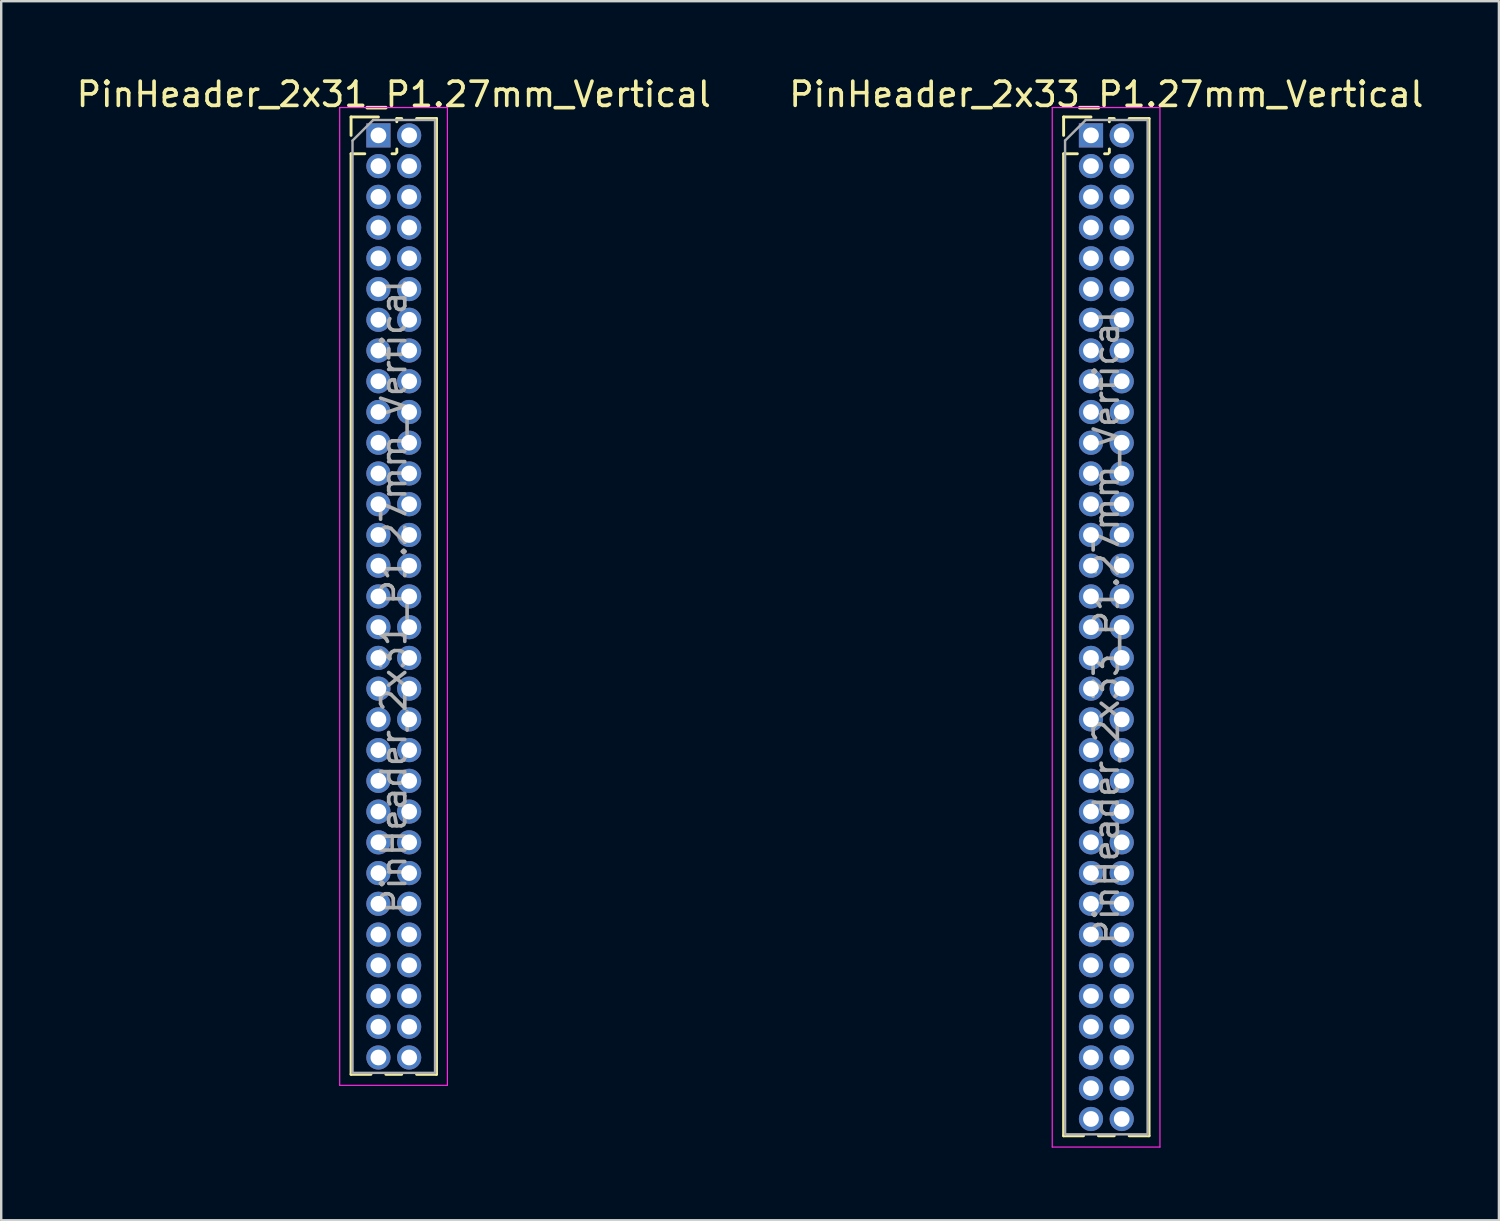
<source format=kicad_pcb>
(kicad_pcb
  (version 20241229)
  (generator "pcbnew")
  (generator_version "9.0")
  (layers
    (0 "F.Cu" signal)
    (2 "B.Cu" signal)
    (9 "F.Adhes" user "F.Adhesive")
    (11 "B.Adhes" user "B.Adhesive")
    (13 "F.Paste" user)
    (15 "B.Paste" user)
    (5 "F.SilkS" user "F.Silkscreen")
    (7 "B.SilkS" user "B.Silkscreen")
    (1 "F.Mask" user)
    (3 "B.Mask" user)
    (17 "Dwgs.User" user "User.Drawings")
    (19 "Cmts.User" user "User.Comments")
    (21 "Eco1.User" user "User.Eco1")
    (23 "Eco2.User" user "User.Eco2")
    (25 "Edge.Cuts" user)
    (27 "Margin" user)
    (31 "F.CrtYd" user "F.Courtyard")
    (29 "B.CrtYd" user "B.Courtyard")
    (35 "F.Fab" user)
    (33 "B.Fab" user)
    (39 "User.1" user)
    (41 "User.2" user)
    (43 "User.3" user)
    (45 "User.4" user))
  (footprint "PinHeader_2x33_P1.27mm_Vertical"
    (layer "F.Cu")
    (at 42.026 2.543)
    (property "Reference" "PinHeader_2x33_P1.27mm_Vertical" (at 0.635 -1.695 0) (layer "F.SilkS") (effects (font (size 1 1) (thickness 0.15))))
    (attr through_hole)
    (fp_line (start -1.13 -0.76) (end 0 -0.76) (stroke (width 0.12) (type solid)) (layer "F.SilkS"))
    (fp_line (start -1.13 0) (end -1.13 -0.76) (stroke (width 0.12) (type solid)) (layer "F.SilkS"))
    (fp_line (start -1.13 0.76) (end -1.13 41.335) (stroke (width 0.12) (type solid)) (layer "F.SilkS"))
    (fp_line (start -1.13 0.76) (end -0.563 0.76) (stroke (width 0.12) (type solid)) (layer "F.SilkS"))
    (fp_line (start -1.13 41.335) (end -0.308 41.335) (stroke (width 0.12) (type solid)) (layer "F.SilkS"))
    (fp_line (start 0.308 41.335) (end 0.962 41.335) (stroke (width 0.12) (type solid)) (layer "F.SilkS"))
    (fp_line (start 0.563 0.76) (end 0.707 0.76) (stroke (width 0.12) (type solid)) (layer "F.SilkS"))
    (fp_line (start 0.76 -0.695) (end 0.962 -0.695) (stroke (width 0.12) (type solid)) (layer "F.SilkS"))
    (fp_line (start 0.76 -0.563) (end 0.76 -0.695) (stroke (width 0.12) (type solid)) (layer "F.SilkS"))
    (fp_line (start 0.76 0.707) (end 0.76 0.563) (stroke (width 0.12) (type solid)) (layer "F.SilkS"))
    (fp_line (start 1.578 -0.695) (end 2.4 -0.695) (stroke (width 0.12) (type solid)) (layer "F.SilkS"))
    (fp_line (start 1.578 41.335) (end 2.4 41.335) (stroke (width 0.12) (type solid)) (layer "F.SilkS"))
    (fp_line (start 2.4 -0.695) (end 2.4 41.335) (stroke (width 0.12) (type solid)) (layer "F.SilkS"))
    (fp_line (start -1.6 -1.15) (end -1.6 41.8) (stroke (width 0.05) (type solid)) (layer "F.CrtYd"))
    (fp_line (start -1.6 41.8) (end 2.85 41.8) (stroke (width 0.05) (type solid)) (layer "F.CrtYd"))
    (fp_line (start 2.85 -1.15) (end -1.6 -1.15) (stroke (width 0.05) (type solid)) (layer "F.CrtYd"))
    (fp_line (start 2.85 41.8) (end 2.85 -1.15) (stroke (width 0.05) (type solid)) (layer "F.CrtYd"))
    (fp_line (start -1.07 0.217) (end -0.217 -0.635) (stroke (width 0.1) (type solid)) (layer "F.Fab"))
    (fp_line (start -1.07 41.275) (end -1.07 0.217) (stroke (width 0.1) (type solid)) (layer "F.Fab"))
    (fp_line (start -0.217 -0.635) (end 2.34 -0.635) (stroke (width 0.1) (type solid)) (layer "F.Fab"))
    (fp_line (start 2.34 -0.635) (end 2.34 41.275) (stroke (width 0.1) (type solid)) (layer "F.Fab"))
    (fp_line (start 2.34 41.275) (end -1.07 41.275) (stroke (width 0.1) (type solid)) (layer "F.Fab"))
    (fp_text user "${REFERENCE}" (at 0.635 20.32 90) (layer "F.Fab") (effects (font (size 1 1) (thickness 0.15))))
    (pad "1" thru_hole rect (at 0 0) (size 1 1) (drill 0.65) (layers "*.Cu" "*.Mask"))
    (pad "2" thru_hole oval (at 1.27 0) (size 1 1) (drill 0.65) (layers "*.Cu" "*.Mask"))
    (pad "3" thru_hole oval (at 0 1.27) (size 1 1) (drill 0.65) (layers "*.Cu" "*.Mask"))
    (pad "4" thru_hole oval (at 1.27 1.27) (size 1 1) (drill 0.65) (layers "*.Cu" "*.Mask"))
    (pad "5" thru_hole oval (at 0 2.54) (size 1 1) (drill 0.65) (layers "*.Cu" "*.Mask"))
    (pad "6" thru_hole oval (at 1.27 2.54) (size 1 1) (drill 0.65) (layers "*.Cu" "*.Mask"))
    (pad "7" thru_hole oval (at 0 3.81) (size 1 1) (drill 0.65) (layers "*.Cu" "*.Mask"))
    (pad "8" thru_hole oval (at 1.27 3.81) (size 1 1) (drill 0.65) (layers "*.Cu" "*.Mask"))
    (pad "9" thru_hole oval (at 0 5.08) (size 1 1) (drill 0.65) (layers "*.Cu" "*.Mask"))
    (pad "10" thru_hole oval (at 1.27 5.08) (size 1 1) (drill 0.65) (layers "*.Cu" "*.Mask"))
    (pad "11" thru_hole oval (at 0 6.35) (size 1 1) (drill 0.65) (layers "*.Cu" "*.Mask"))
    (pad "12" thru_hole oval (at 1.27 6.35) (size 1 1) (drill 0.65) (layers "*.Cu" "*.Mask"))
    (pad "13" thru_hole oval (at 0 7.62) (size 1 1) (drill 0.65) (layers "*.Cu" "*.Mask"))
    (pad "14" thru_hole oval (at 1.27 7.62) (size 1 1) (drill 0.65) (layers "*.Cu" "*.Mask"))
    (pad "15" thru_hole oval (at 0 8.89) (size 1 1) (drill 0.65) (layers "*.Cu" "*.Mask"))
    (pad "16" thru_hole oval (at 1.27 8.89) (size 1 1) (drill 0.65) (layers "*.Cu" "*.Mask"))
    (pad "17" thru_hole oval (at 0 10.16) (size 1 1) (drill 0.65) (layers "*.Cu" "*.Mask"))
    (pad "18" thru_hole oval (at 1.27 10.16) (size 1 1) (drill 0.65) (layers "*.Cu" "*.Mask"))
    (pad "19" thru_hole oval (at 0 11.43) (size 1 1) (drill 0.65) (layers "*.Cu" "*.Mask"))
    (pad "20" thru_hole oval (at 1.27 11.43) (size 1 1) (drill 0.65) (layers "*.Cu" "*.Mask"))
    (pad "21" thru_hole oval (at 0 12.7) (size 1 1) (drill 0.65) (layers "*.Cu" "*.Mask"))
    (pad "22" thru_hole oval (at 1.27 12.7) (size 1 1) (drill 0.65) (layers "*.Cu" "*.Mask"))
    (pad "23" thru_hole oval (at 0 13.97) (size 1 1) (drill 0.65) (layers "*.Cu" "*.Mask"))
    (pad "24" thru_hole oval (at 1.27 13.97) (size 1 1) (drill 0.65) (layers "*.Cu" "*.Mask"))
    (pad "25" thru_hole oval (at 0 15.24) (size 1 1) (drill 0.65) (layers "*.Cu" "*.Mask"))
    (pad "26" thru_hole oval (at 1.27 15.24) (size 1 1) (drill 0.65) (layers "*.Cu" "*.Mask"))
    (pad "27" thru_hole oval (at 0 16.51) (size 1 1) (drill 0.65) (layers "*.Cu" "*.Mask"))
    (pad "28" thru_hole oval (at 1.27 16.51) (size 1 1) (drill 0.65) (layers "*.Cu" "*.Mask"))
    (pad "29" thru_hole oval (at 0 17.78) (size 1 1) (drill 0.65) (layers "*.Cu" "*.Mask"))
    (pad "30" thru_hole oval (at 1.27 17.78) (size 1 1) (drill 0.65) (layers "*.Cu" "*.Mask"))
    (pad "31" thru_hole oval (at 0 19.05) (size 1 1) (drill 0.65) (layers "*.Cu" "*.Mask"))
    (pad "32" thru_hole oval (at 1.27 19.05) (size 1 1) (drill 0.65) (layers "*.Cu" "*.Mask"))
    (pad "33" thru_hole oval (at 0 20.32) (size 1 1) (drill 0.65) (layers "*.Cu" "*.Mask"))
    (pad "34" thru_hole oval (at 1.27 20.32) (size 1 1) (drill 0.65) (layers "*.Cu" "*.Mask"))
    (pad "35" thru_hole oval (at 0 21.59) (size 1 1) (drill 0.65) (layers "*.Cu" "*.Mask"))
    (pad "36" thru_hole oval (at 1.27 21.59) (size 1 1) (drill 0.65) (layers "*.Cu" "*.Mask"))
    (pad "37" thru_hole oval (at 0 22.86) (size 1 1) (drill 0.65) (layers "*.Cu" "*.Mask"))
    (pad "38" thru_hole oval (at 1.27 22.86) (size 1 1) (drill 0.65) (layers "*.Cu" "*.Mask"))
    (pad "39" thru_hole oval (at 0 24.13) (size 1 1) (drill 0.65) (layers "*.Cu" "*.Mask"))
    (pad "40" thru_hole oval (at 1.27 24.13) (size 1 1) (drill 0.65) (layers "*.Cu" "*.Mask"))
    (pad "41" thru_hole oval (at 0 25.4) (size 1 1) (drill 0.65) (layers "*.Cu" "*.Mask"))
    (pad "42" thru_hole oval (at 1.27 25.4) (size 1 1) (drill 0.65) (layers "*.Cu" "*.Mask"))
    (pad "43" thru_hole oval (at 0 26.67) (size 1 1) (drill 0.65) (layers "*.Cu" "*.Mask"))
    (pad "44" thru_hole oval (at 1.27 26.67) (size 1 1) (drill 0.65) (layers "*.Cu" "*.Mask"))
    (pad "45" thru_hole oval (at 0 27.94) (size 1 1) (drill 0.65) (layers "*.Cu" "*.Mask"))
    (pad "46" thru_hole oval (at 1.27 27.94) (size 1 1) (drill 0.65) (layers "*.Cu" "*.Mask"))
    (pad "47" thru_hole oval (at 0 29.21) (size 1 1) (drill 0.65) (layers "*.Cu" "*.Mask"))
    (pad "48" thru_hole oval (at 1.27 29.21) (size 1 1) (drill 0.65) (layers "*.Cu" "*.Mask"))
    (pad "49" thru_hole oval (at 0 30.48) (size 1 1) (drill 0.65) (layers "*.Cu" "*.Mask"))
    (pad "50" thru_hole oval (at 1.27 30.48) (size 1 1) (drill 0.65) (layers "*.Cu" "*.Mask"))
    (pad "51" thru_hole oval (at 0 31.75) (size 1 1) (drill 0.65) (layers "*.Cu" "*.Mask"))
    (pad "52" thru_hole oval (at 1.27 31.75) (size 1 1) (drill 0.65) (layers "*.Cu" "*.Mask"))
    (pad "53" thru_hole oval (at 0 33.02) (size 1 1) (drill 0.65) (layers "*.Cu" "*.Mask"))
    (pad "54" thru_hole oval (at 1.27 33.02) (size 1 1) (drill 0.65) (layers "*.Cu" "*.Mask"))
    (pad "55" thru_hole oval (at 0 34.29) (size 1 1) (drill 0.65) (layers "*.Cu" "*.Mask"))
    (pad "56" thru_hole oval (at 1.27 34.29) (size 1 1) (drill 0.65) (layers "*.Cu" "*.Mask"))
    (pad "57" thru_hole oval (at 0 35.56) (size 1 1) (drill 0.65) (layers "*.Cu" "*.Mask"))
    (pad "58" thru_hole oval (at 1.27 35.56) (size 1 1) (drill 0.65) (layers "*.Cu" "*.Mask"))
    (pad "59" thru_hole oval (at 0 36.83) (size 1 1) (drill 0.65) (layers "*.Cu" "*.Mask"))
    (pad "60" thru_hole oval (at 1.27 36.83) (size 1 1) (drill 0.65) (layers "*.Cu" "*.Mask"))
    (pad "61" thru_hole oval (at 0 38.1) (size 1 1) (drill 0.65) (layers "*.Cu" "*.Mask"))
    (pad "62" thru_hole oval (at 1.27 38.1) (size 1 1) (drill 0.65) (layers "*.Cu" "*.Mask"))
    (pad "63" thru_hole oval (at 0 39.37) (size 1 1) (drill 0.65) (layers "*.Cu" "*.Mask"))
    (pad "64" thru_hole oval (at 1.27 39.37) (size 1 1) (drill 0.65) (layers "*.Cu" "*.Mask"))
    (pad "65" thru_hole oval (at 0 40.64) (size 1 1) (drill 0.65) (layers "*.Cu" "*.Mask"))
    (pad "66" thru_hole oval (at 1.27 40.64) (size 1 1) (drill 0.65) (layers "*.Cu" "*.Mask")))
  (footprint "PinHeader_2x31_P1.27mm_Vertical"
    (layer "F.Cu")
    (at 12.585 2.543)
    (property "Reference" "PinHeader_2x31_P1.27mm_Vertical" (at 0.635 -1.695 0) (layer "F.SilkS") (effects (font (size 1 1) (thickness 0.15))))
    (attr through_hole)
    (fp_line (start -1.13 -0.76) (end 0 -0.76) (stroke (width 0.12) (type solid)) (layer "F.SilkS"))
    (fp_line (start -1.13 0) (end -1.13 -0.76) (stroke (width 0.12) (type solid)) (layer "F.SilkS"))
    (fp_line (start -1.13 0.76) (end -1.13 38.795) (stroke (width 0.12) (type solid)) (layer "F.SilkS"))
    (fp_line (start -1.13 0.76) (end -0.563 0.76) (stroke (width 0.12) (type solid)) (layer "F.SilkS"))
    (fp_line (start -1.13 38.795) (end -0.308 38.795) (stroke (width 0.12) (type solid)) (layer "F.SilkS"))
    (fp_line (start 0.308 38.795) (end 0.962 38.795) (stroke (width 0.12) (type solid)) (layer "F.SilkS"))
    (fp_line (start 0.563 0.76) (end 0.707 0.76) (stroke (width 0.12) (type solid)) (layer "F.SilkS"))
    (fp_line (start 0.76 -0.695) (end 0.962 -0.695) (stroke (width 0.12) (type solid)) (layer "F.SilkS"))
    (fp_line (start 0.76 -0.563) (end 0.76 -0.695) (stroke (width 0.12) (type solid)) (layer "F.SilkS"))
    (fp_line (start 0.76 0.707) (end 0.76 0.563) (stroke (width 0.12) (type solid)) (layer "F.SilkS"))
    (fp_line (start 1.578 -0.695) (end 2.4 -0.695) (stroke (width 0.12) (type solid)) (layer "F.SilkS"))
    (fp_line (start 1.578 38.795) (end 2.4 38.795) (stroke (width 0.12) (type solid)) (layer "F.SilkS"))
    (fp_line (start 2.4 -0.695) (end 2.4 38.795) (stroke (width 0.12) (type solid)) (layer "F.SilkS"))
    (fp_line (start -1.6 -1.15) (end -1.6 39.25) (stroke (width 0.05) (type solid)) (layer "F.CrtYd"))
    (fp_line (start -1.6 39.25) (end 2.85 39.25) (stroke (width 0.05) (type solid)) (layer "F.CrtYd"))
    (fp_line (start 2.85 -1.15) (end -1.6 -1.15) (stroke (width 0.05) (type solid)) (layer "F.CrtYd"))
    (fp_line (start 2.85 39.25) (end 2.85 -1.15) (stroke (width 0.05) (type solid)) (layer "F.CrtYd"))
    (fp_line (start -1.07 0.217) (end -0.217 -0.635) (stroke (width 0.1) (type solid)) (layer "F.Fab"))
    (fp_line (start -1.07 38.735) (end -1.07 0.217) (stroke (width 0.1) (type solid)) (layer "F.Fab"))
    (fp_line (start -0.217 -0.635) (end 2.34 -0.635) (stroke (width 0.1) (type solid)) (layer "F.Fab"))
    (fp_line (start 2.34 -0.635) (end 2.34 38.735) (stroke (width 0.1) (type solid)) (layer "F.Fab"))
    (fp_line (start 2.34 38.735) (end -1.07 38.735) (stroke (width 0.1) (type solid)) (layer "F.Fab"))
    (fp_text user "${REFERENCE}" (at 0.635 19.05 90) (layer "F.Fab") (effects (font (size 1 1) (thickness 0.15))))
    (pad "1" thru_hole rect (at 0 0) (size 1 1) (drill 0.65) (layers "*.Cu" "*.Mask"))
    (pad "2" thru_hole oval (at 1.27 0) (size 1 1) (drill 0.65) (layers "*.Cu" "*.Mask"))
    (pad "3" thru_hole oval (at 0 1.27) (size 1 1) (drill 0.65) (layers "*.Cu" "*.Mask"))
    (pad "4" thru_hole oval (at 1.27 1.27) (size 1 1) (drill 0.65) (layers "*.Cu" "*.Mask"))
    (pad "5" thru_hole oval (at 0 2.54) (size 1 1) (drill 0.65) (layers "*.Cu" "*.Mask"))
    (pad "6" thru_hole oval (at 1.27 2.54) (size 1 1) (drill 0.65) (layers "*.Cu" "*.Mask"))
    (pad "7" thru_hole oval (at 0 3.81) (size 1 1) (drill 0.65) (layers "*.Cu" "*.Mask"))
    (pad "8" thru_hole oval (at 1.27 3.81) (size 1 1) (drill 0.65) (layers "*.Cu" "*.Mask"))
    (pad "9" thru_hole oval (at 0 5.08) (size 1 1) (drill 0.65) (layers "*.Cu" "*.Mask"))
    (pad "10" thru_hole oval (at 1.27 5.08) (size 1 1) (drill 0.65) (layers "*.Cu" "*.Mask"))
    (pad "11" thru_hole oval (at 0 6.35) (size 1 1) (drill 0.65) (layers "*.Cu" "*.Mask"))
    (pad "12" thru_hole oval (at 1.27 6.35) (size 1 1) (drill 0.65) (layers "*.Cu" "*.Mask"))
    (pad "13" thru_hole oval (at 0 7.62) (size 1 1) (drill 0.65) (layers "*.Cu" "*.Mask"))
    (pad "14" thru_hole oval (at 1.27 7.62) (size 1 1) (drill 0.65) (layers "*.Cu" "*.Mask"))
    (pad "15" thru_hole oval (at 0 8.89) (size 1 1) (drill 0.65) (layers "*.Cu" "*.Mask"))
    (pad "16" thru_hole oval (at 1.27 8.89) (size 1 1) (drill 0.65) (layers "*.Cu" "*.Mask"))
    (pad "17" thru_hole oval (at 0 10.16) (size 1 1) (drill 0.65) (layers "*.Cu" "*.Mask"))
    (pad "18" thru_hole oval (at 1.27 10.16) (size 1 1) (drill 0.65) (layers "*.Cu" "*.Mask"))
    (pad "19" thru_hole oval (at 0 11.43) (size 1 1) (drill 0.65) (layers "*.Cu" "*.Mask"))
    (pad "20" thru_hole oval (at 1.27 11.43) (size 1 1) (drill 0.65) (layers "*.Cu" "*.Mask"))
    (pad "21" thru_hole oval (at 0 12.7) (size 1 1) (drill 0.65) (layers "*.Cu" "*.Mask"))
    (pad "22" thru_hole oval (at 1.27 12.7) (size 1 1) (drill 0.65) (layers "*.Cu" "*.Mask"))
    (pad "23" thru_hole oval (at 0 13.97) (size 1 1) (drill 0.65) (layers "*.Cu" "*.Mask"))
    (pad "24" thru_hole oval (at 1.27 13.97) (size 1 1) (drill 0.65) (layers "*.Cu" "*.Mask"))
    (pad "25" thru_hole oval (at 0 15.24) (size 1 1) (drill 0.65) (layers "*.Cu" "*.Mask"))
    (pad "26" thru_hole oval (at 1.27 15.24) (size 1 1) (drill 0.65) (layers "*.Cu" "*.Mask"))
    (pad "27" thru_hole oval (at 0 16.51) (size 1 1) (drill 0.65) (layers "*.Cu" "*.Mask"))
    (pad "28" thru_hole oval (at 1.27 16.51) (size 1 1) (drill 0.65) (layers "*.Cu" "*.Mask"))
    (pad "29" thru_hole oval (at 0 17.78) (size 1 1) (drill 0.65) (layers "*.Cu" "*.Mask"))
    (pad "30" thru_hole oval (at 1.27 17.78) (size 1 1) (drill 0.65) (layers "*.Cu" "*.Mask"))
    (pad "31" thru_hole oval (at 0 19.05) (size 1 1) (drill 0.65) (layers "*.Cu" "*.Mask"))
    (pad "32" thru_hole oval (at 1.27 19.05) (size 1 1) (drill 0.65) (layers "*.Cu" "*.Mask"))
    (pad "33" thru_hole oval (at 0 20.32) (size 1 1) (drill 0.65) (layers "*.Cu" "*.Mask"))
    (pad "34" thru_hole oval (at 1.27 20.32) (size 1 1) (drill 0.65) (layers "*.Cu" "*.Mask"))
    (pad "35" thru_hole oval (at 0 21.59) (size 1 1) (drill 0.65) (layers "*.Cu" "*.Mask"))
    (pad "36" thru_hole oval (at 1.27 21.59) (size 1 1) (drill 0.65) (layers "*.Cu" "*.Mask"))
    (pad "37" thru_hole oval (at 0 22.86) (size 1 1) (drill 0.65) (layers "*.Cu" "*.Mask"))
    (pad "38" thru_hole oval (at 1.27 22.86) (size 1 1) (drill 0.65) (layers "*.Cu" "*.Mask"))
    (pad "39" thru_hole oval (at 0 24.13) (size 1 1) (drill 0.65) (layers "*.Cu" "*.Mask"))
    (pad "40" thru_hole oval (at 1.27 24.13) (size 1 1) (drill 0.65) (layers "*.Cu" "*.Mask"))
    (pad "41" thru_hole oval (at 0 25.4) (size 1 1) (drill 0.65) (layers "*.Cu" "*.Mask"))
    (pad "42" thru_hole oval (at 1.27 25.4) (size 1 1) (drill 0.65) (layers "*.Cu" "*.Mask"))
    (pad "43" thru_hole oval (at 0 26.67) (size 1 1) (drill 0.65) (layers "*.Cu" "*.Mask"))
    (pad "44" thru_hole oval (at 1.27 26.67) (size 1 1) (drill 0.65) (layers "*.Cu" "*.Mask"))
    (pad "45" thru_hole oval (at 0 27.94) (size 1 1) (drill 0.65) (layers "*.Cu" "*.Mask"))
    (pad "46" thru_hole oval (at 1.27 27.94) (size 1 1) (drill 0.65) (layers "*.Cu" "*.Mask"))
    (pad "47" thru_hole oval (at 0 29.21) (size 1 1) (drill 0.65) (layers "*.Cu" "*.Mask"))
    (pad "48" thru_hole oval (at 1.27 29.21) (size 1 1) (drill 0.65) (layers "*.Cu" "*.Mask"))
    (pad "49" thru_hole oval (at 0 30.48) (size 1 1) (drill 0.65) (layers "*.Cu" "*.Mask"))
    (pad "50" thru_hole oval (at 1.27 30.48) (size 1 1) (drill 0.65) (layers "*.Cu" "*.Mask"))
    (pad "51" thru_hole oval (at 0 31.75) (size 1 1) (drill 0.65) (layers "*.Cu" "*.Mask"))
    (pad "52" thru_hole oval (at 1.27 31.75) (size 1 1) (drill 0.65) (layers "*.Cu" "*.Mask"))
    (pad "53" thru_hole oval (at 0 33.02) (size 1 1) (drill 0.65) (layers "*.Cu" "*.Mask"))
    (pad "54" thru_hole oval (at 1.27 33.02) (size 1 1) (drill 0.65) (layers "*.Cu" "*.Mask"))
    (pad "55" thru_hole oval (at 0 34.29) (size 1 1) (drill 0.65) (layers "*.Cu" "*.Mask"))
    (pad "56" thru_hole oval (at 1.27 34.29) (size 1 1) (drill 0.65) (layers "*.Cu" "*.Mask"))
    (pad "57" thru_hole oval (at 0 35.56) (size 1 1) (drill 0.65) (layers "*.Cu" "*.Mask"))
    (pad "58" thru_hole oval (at 1.27 35.56) (size 1 1) (drill 0.65) (layers "*.Cu" "*.Mask"))
    (pad "59" thru_hole oval (at 0 36.83) (size 1 1) (drill 0.65) (layers "*.Cu" "*.Mask"))
    (pad "60" thru_hole oval (at 1.27 36.83) (size 1 1) (drill 0.65) (layers "*.Cu" "*.Mask"))
    (pad "61" thru_hole oval (at 0 38.1) (size 1 1) (drill 0.65) (layers "*.Cu" "*.Mask"))
    (pad "62" thru_hole oval (at 1.27 38.1) (size 1 1) (drill 0.65) (layers "*.Cu" "*.Mask")))
  (gr_rect
    (start -3 -3)
    (end 58.881 47.368)
    (stroke (width 0.1) (type default))
    (fill no)
    (layer "Edge.Cuts")))
</source>
